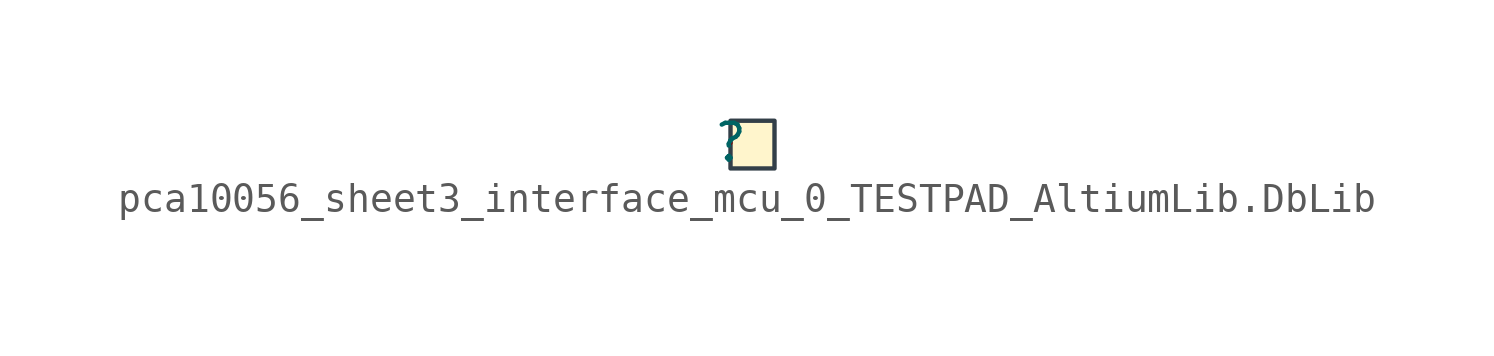
<source format=kicad_sym>
(kicad_symbol_lib
  (version 20241209)
  (generator "kicad_symbol_editor")
  (generator_version "9.0")
  (symbol "pca10056_sheet3_interface_mcu_0_TESTPAD_AltiumLib.DbLib"
    (pin_numbers
      (hide yes))
    (pin_names
      (hide yes))
    (property "Reference" ""
      (at 0 0 0)
      (effects (font (size 1.27 1.27))))
    (property "Value" ""
      (at 0 0 0)
      (effects (font (size 1.27 1.27))))
    (symbol "pca10056_sheet3_interface_mcu_0_TESTPAD_AltiumLib.DbLib_1_0"
      (rectangle (start 1.524 0.762) (end 0 -0.889) (stroke (width 0) (type solid) (color 51 63 72 1)) (fill (type color) (color 255 245 204 1)))
      (pin passive line (at 0 0 0) (length 0) (name "1" (effects (font (size 1.27 1.27)))) (number "1" (effects (font (size 1.27 1.27))))))))
</source>
